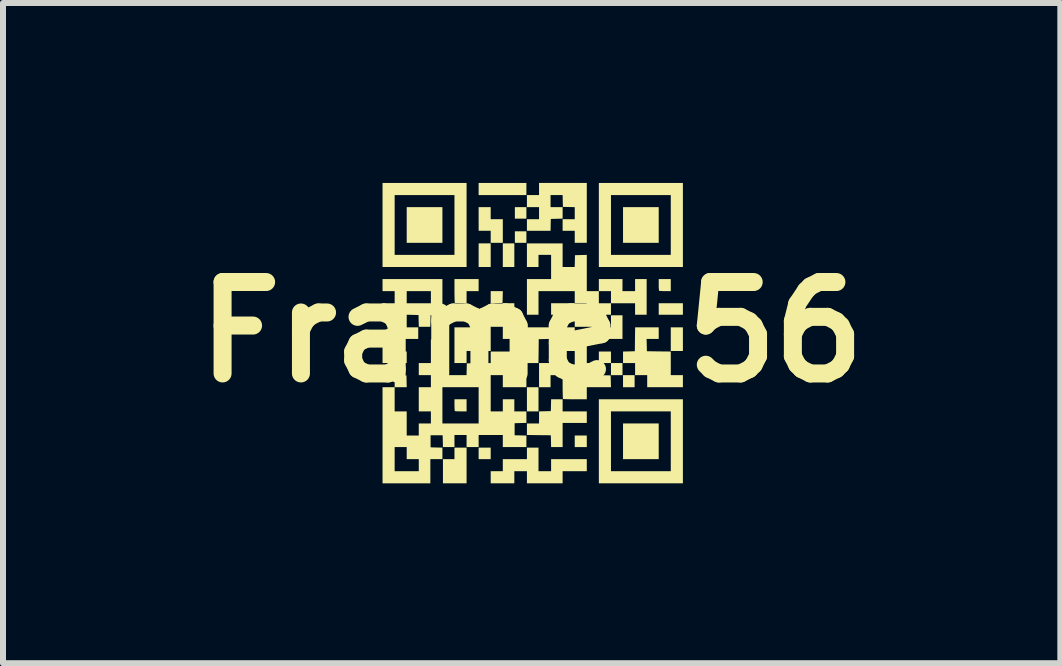
<source format=kicad_pcb>
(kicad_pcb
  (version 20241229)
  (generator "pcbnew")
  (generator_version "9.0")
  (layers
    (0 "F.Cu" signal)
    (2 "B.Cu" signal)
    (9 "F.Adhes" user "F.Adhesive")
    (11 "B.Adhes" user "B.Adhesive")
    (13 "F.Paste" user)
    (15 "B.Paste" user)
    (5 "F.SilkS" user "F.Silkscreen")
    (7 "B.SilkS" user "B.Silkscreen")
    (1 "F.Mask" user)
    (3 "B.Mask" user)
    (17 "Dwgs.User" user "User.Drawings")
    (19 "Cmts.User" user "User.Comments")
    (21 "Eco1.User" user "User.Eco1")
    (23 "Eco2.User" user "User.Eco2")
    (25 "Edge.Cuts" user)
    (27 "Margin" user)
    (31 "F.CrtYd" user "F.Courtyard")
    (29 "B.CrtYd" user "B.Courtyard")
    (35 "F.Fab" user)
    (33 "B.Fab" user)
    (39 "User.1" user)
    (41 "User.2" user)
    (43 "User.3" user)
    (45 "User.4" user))
  (footprint "Frame 56"
    (layer "F.Cu")
    (at 5.813 2.486)
    (property "Reference" "Frame 56" (at 0 0 0) (layer "F.SilkS") (effects (font (size 1.524 1.524) (thickness 0.3))))
    (attr board_only exclude_from_pos_files exclude_from_bom)
    (fp_poly (pts (xy -1.488 -1.488) (xy -2.083 -1.488) (xy -2.083 -2.083) (xy -1.488 -2.083)) (stroke (width 0) (type solid)) (fill yes) (layer "F.SilkS"))
    (fp_poly (pts (xy -0.683 -1.085) (xy -0.884 -1.085) (xy -0.884 -1.479) (xy -0.683 -1.479)) (stroke (width 0) (type solid)) (fill yes) (layer "F.SilkS"))
    (fp_poly (pts (xy -0.683 2.118) (xy -0.884 2.118) (xy -0.884 1.926) (xy -0.683 1.926)) (stroke (width 0) (type solid)) (fill yes) (layer "F.SilkS"))
    (fp_poly (pts (xy -0.289 -1.085) (xy -0.481 -1.085) (xy -0.481 -1.479) (xy -0.289 -1.479)) (stroke (width 0) (type solid)) (fill yes) (layer "F.SilkS"))
    (fp_poly (pts (xy -0.088 -2.284) (xy -0.884 -2.284) (xy -0.884 -2.486) (xy -0.088 -2.486)) (stroke (width 0) (type solid)) (fill yes) (layer "F.SilkS"))
    (fp_poly (pts (xy -0.088 -1.891) (xy -0.28 -1.891) (xy -0.28 -2.083) (xy -0.088 -2.083)) (stroke (width 0) (type solid)) (fill yes) (layer "F.SilkS"))
    (fp_poly (pts (xy -0.088 -1.488) (xy -0.28 -1.488) (xy -0.28 -1.68) (xy -0.088 -1.68)) (stroke (width 0) (type solid)) (fill yes) (layer "F.SilkS"))
    (fp_poly (pts (xy 0.114 1.322) (xy -0.079 1.322) (xy -0.079 0.919) (xy 0.114 0.919)) (stroke (width 0) (type solid)) (fill yes) (layer "F.SilkS"))
    (fp_poly (pts (xy 0.718 -0.289) (xy 0.324 -0.289) (xy 0.324 -0.481) (xy 0.718 -0.481)) (stroke (width 0) (type solid)) (fill yes) (layer "F.SilkS"))
    (fp_poly (pts (xy 0.919 1.917) (xy 0.718 1.917) (xy 0.718 1.724) (xy 0.919 1.724)) (stroke (width 0) (type solid)) (fill yes) (layer "F.SilkS"))
    (fp_poly (pts (xy 1.322 0.516) (xy 1.12 0.516) (xy 1.12 0.324) (xy 1.322 0.324)) (stroke (width 0) (type solid)) (fill yes) (layer "F.SilkS"))
    (fp_poly (pts (xy 1.514 0.718) (xy 1.322 0.718) (xy 1.322 0.516) (xy 1.514 0.516)) (stroke (width 0) (type solid)) (fill yes) (layer "F.SilkS"))
    (fp_poly (pts (xy 1.716 0.919) (xy 1.523 0.919) (xy 1.523 0.718) (xy 1.716 0.718)) (stroke (width 0) (type solid)) (fill yes) (layer "F.SilkS"))
    (fp_poly (pts (xy 2.118 -1.488) (xy 1.523 -1.488) (xy 1.523 -2.083) (xy 2.118 -2.083)) (stroke (width 0) (type solid)) (fill yes) (layer "F.SilkS"))
    (fp_poly (pts (xy 2.118 2.118) (xy 1.523 2.118) (xy 1.523 1.523) (xy 2.118 1.523)) (stroke (width 0) (type solid)) (fill yes) (layer "F.SilkS"))
    (fp_poly (pts (xy 2.521 -0.289) (xy 2.118 -0.289) (xy 2.118 -0.481) (xy 2.521 -0.481)) (stroke (width 0) (type solid)) (fill yes) (layer "F.SilkS"))
    (fp_poly (pts (xy 2.521 0.315) (xy 2.319 0.315) (xy 2.319 -0.079) (xy 2.521 -0.079)) (stroke (width 0) (type solid)) (fill yes) (layer "F.SilkS"))
    (fp_poly (pts (xy -2.284 0.324) (xy -2.083 0.324) (xy -2.083 0.516) (xy -2.486 0.516) (xy -2.486 0.123) (xy -2.284 0.123)) (stroke (width 0) (type solid)) (fill yes) (layer "F.SilkS"))
    (fp_poly (pts (xy -2.186 0.72) (xy -2.087 0.722) (xy -2.085 0.821) (xy -2.083 0.919) (xy -2.284 0.919) (xy -2.284 0.717)) (stroke (width 0) (type solid)) (fill yes) (layer "F.SilkS"))
    (fp_poly (pts (xy -1.085 2.521) (xy -1.479 2.521) (xy -1.479 2.118) (xy -1.287 2.118) (xy -1.287 1.926) (xy -1.085 1.926)) (stroke (width 0) (type solid)) (fill yes) (layer "F.SilkS"))
    (fp_poly (pts (xy -0.483 -0.584) (xy -0.486 -0.486) (xy -0.584 -0.483) (xy -0.683 -0.481) (xy -0.683 -0.683) (xy -0.481 -0.683)) (stroke (width 0) (type solid)) (fill yes) (layer "F.SilkS"))
    (fp_poly (pts (xy 1.514 0.114) (xy 1.12 0.114) (xy 1.12 -0.079) (xy 1.322 -0.079) (xy 1.322 -0.28) (xy 1.514 -0.28)) (stroke (width 0) (type solid)) (fill yes) (layer "F.SilkS"))
    (fp_poly (pts (xy -0.683 -1.882) (xy -0.481 -1.882) (xy -0.481 -1.488) (xy -0.683 -1.488) (xy -0.683 -1.689) (xy -0.884 -1.689) (xy -0.884 -2.083) (xy -0.683 -2.083)) (stroke (width 0) (type solid)) (fill yes) (layer "F.SilkS"))
    (fp_poly (pts (xy 0.315 0.113) (xy 0.217 0.116) (xy 0.118 0.118) (xy 0.116 0.317) (xy 0.113 0.516) (xy -0.079 0.516) (xy -0.079 -0.079) (xy 0.315 -0.079)) (stroke (width 0) (type solid)) (fill yes) (layer "F.SilkS"))
    (fp_poly (pts (xy 0.516 0.718) (xy 0.315 0.718) (xy 0.315 0.919) (xy 0.123 0.919) (xy 0.123 0.516) (xy 0.324 0.516) (xy 0.324 0.324) (xy 0.516 0.324)) (stroke (width 0) (type solid)) (fill yes) (layer "F.SilkS"))
    (fp_poly (pts (xy -1.085 -1.085) (xy -2.486 -1.085) (xy -2.486 -1.287) (xy -2.284 -1.287) (xy -1.287 -1.287) (xy -1.287 -2.284) (xy -2.284 -2.284) (xy -2.284 -1.287) (xy -2.486 -1.287) (xy -2.486 -2.486) (xy -1.085 -2.486)) (stroke (width 0) (type solid)) (fill yes) (layer "F.SilkS"))
    (fp_poly (pts (xy 2.521 -1.085) (xy 1.12 -1.085) (xy 1.12 -1.287) (xy 1.322 -1.287) (xy 2.319 -1.287) (xy 2.319 -2.284) (xy 1.322 -2.284) (xy 1.322 -1.287) (xy 1.12 -1.287) (xy 1.12 -2.486) (xy 2.521 -2.486)) (stroke (width 0) (type solid)) (fill yes) (layer "F.SilkS"))
    (fp_poly (pts (xy 2.521 2.521) (xy 1.12 2.521) (xy 1.12 2.319) (xy 1.322 2.319) (xy 2.319 2.319) (xy 2.319 1.322) (xy 1.322 1.322) (xy 1.322 2.319) (xy 1.12 2.319) (xy 1.12 1.12) (xy 2.521 1.12)) (stroke (width 0) (type solid)) (fill yes) (layer "F.SilkS"))
    (fp_poly (pts (xy -1.085 1.322) (xy -1.18 1.322) (xy -1.219 1.321) (xy -1.252 1.32) (xy -1.274 1.318) (xy -1.281 1.316) (xy -1.283 1.305) (xy -1.285 1.281) (xy -1.286 1.247) (xy -1.287 1.215) (xy -1.287 1.12) (xy -1.085 1.12)) (stroke (width 0) (type solid)) (fill yes) (layer "F.SilkS"))
    (fp_poly (pts (xy 2.319 -0.683) (xy 2.225 -0.683) (xy 2.185 -0.683) (xy 2.153 -0.685) (xy 2.131 -0.687) (xy 2.124 -0.689) (xy 2.122 -0.699) (xy 2.12 -0.723) (xy 2.118 -0.758) (xy 2.118 -0.789) (xy 2.118 -0.884) (xy 2.319 -0.884)) (stroke (width 0) (type solid)) (fill yes) (layer "F.SilkS"))
    (fp_poly (pts (xy -0.289 0.114) (xy -0.481 0.114) (xy -0.481 -0.088) (xy -0.683 -0.088) (xy -0.683 0.315) (xy -1.085 0.315) (xy -1.085 0.516) (xy -1.287 0.516) (xy -1.287 -0.079) (xy -0.884 -0.079) (xy -0.884 -0.28) (xy -0.481 -0.28) (xy -0.481 -0.481) (xy -0.289 -0.481)) (stroke (width 0) (type solid)) (fill yes) (layer "F.SilkS"))
    (fp_poly (pts (xy -0.884 -0.683) (xy -1.085 -0.683) (xy -1.085 -0.481) (xy -1.18 -0.481) (xy -1.219 -0.482) (xy -1.252 -0.483) (xy -1.274 -0.485) (xy -1.281 -0.487) (xy -1.282 -0.497) (xy -1.284 -0.522) (xy -1.285 -0.56) (xy -1.286 -0.607) (xy -1.287 -0.661) (xy -1.287 -0.689) (xy -1.287 -0.884) (xy -0.884 -0.884)) (stroke (width 0) (type solid)) (fill yes) (layer "F.SilkS"))
    (fp_poly (pts (xy 0.516 1.322) (xy 0.919 1.322) (xy 0.919 1.514) (xy 0.516 1.514) (xy 0.516 1.917) (xy 0.324 1.917) (xy 0.322 1.818) (xy 0.319 1.72) (xy 0.12 1.718) (xy -0.079 1.715) (xy -0.079 1.523) (xy 0.123 1.523) (xy 0.123 1.322) (xy 0.319 1.317) (xy 0.322 1.219) (xy 0.324 1.12) (xy 0.516 1.12)) (stroke (width 0) (type solid)) (fill yes) (layer "F.SilkS"))
    (fp_poly (pts (xy 0.114 2.319) (xy 0.324 2.319) (xy 0.324 2.118) (xy 0.919 2.118) (xy 0.919 2.319) (xy 0.516 2.319) (xy 0.516 2.521) (xy -0.079 2.521) (xy -0.079 2.319) (xy -0.289 2.319) (xy -0.289 2.521) (xy -0.683 2.521) (xy -0.683 2.319) (xy -0.481 2.319) (xy -0.481 2.118) (xy -0.079 2.118) (xy -0.079 1.926) (xy 0.114 1.926)) (stroke (width 0) (type solid)) (fill yes) (layer "F.SilkS"))
    (fp_poly (pts (xy 2.118 0.114) (xy 1.916 0.114) (xy 1.921 0.319) (xy 2.12 0.322) (xy 2.319 0.324) (xy 2.319 0.718) (xy 2.521 0.718) (xy 2.521 0.919) (xy 1.926 0.919) (xy 1.926 0.718) (xy 1.724 0.718) (xy 1.724 0.516) (xy 1.523 0.516) (xy 1.523 0.324) (xy 1.621 0.322) (xy 1.72 0.319) (xy 1.722 0.12) (xy 1.725 -0.079) (xy 2.118 -0.079)) (stroke (width 0) (type solid)) (fill yes) (layer "F.SilkS"))
    (fp_poly (pts (xy -1.488 -0.289) (xy -1.586 -0.287) (xy -1.685 -0.284) (xy -1.687 -0.186) (xy -1.69 -0.088) (xy -1.881 -0.088) (xy -1.884 -0.186) (xy -1.886 -0.284) (xy -1.985 -0.287) (xy -2.083 -0.289) (xy -2.083 -0.079) (xy -1.891 -0.079) (xy -1.891 0.114) (xy -2.284 0.114) (xy -2.284 -0.289) (xy -2.486 -0.289) (xy -2.486 -0.481) (xy -2.284 -0.481) (xy -2.083 -0.481) (xy -1.68 -0.481) (xy -1.68 -0.683) (xy -2.083 -0.683) (xy -2.083 -0.481) (xy -2.284 -0.481) (xy -2.284 -0.683) (xy -2.486 -0.683) (xy -2.486 -0.884) (xy -1.488 -0.884)) (stroke (width 0) (type solid)) (fill yes) (layer "F.SilkS"))
    (fp_poly (pts (xy 0.919 -1.488) (xy 0.718 -1.488) (xy 0.718 -1.689) (xy 0.516 -1.689) (xy 0.516 -1.882) (xy 0.718 -1.882) (xy 0.718 -2.083) (xy 0.619 -2.085) (xy 0.521 -2.087) (xy 0.518 -2.186) (xy 0.516 -2.284) (xy 0.315 -2.284) (xy 0.315 -2.083) (xy 0.516 -2.083) (xy 0.516 -1.891) (xy 0.418 -1.889) (xy 0.319 -1.886) (xy 0.317 -1.788) (xy 0.315 -1.689) (xy -0.079 -1.689) (xy -0.079 -1.882) (xy 0.123 -1.882) (xy 0.123 -2.083) (xy -0.079 -2.083) (xy -0.079 -2.284) (xy 0.123 -2.284) (xy 0.123 -2.486) (xy 0.919 -2.486)) (stroke (width 0) (type solid)) (fill yes) (layer "F.SilkS"))
    (fp_poly (pts (xy 0.718 0.123) (xy 0.919 0.123) (xy 0.919 0.516) (xy 1.12 0.516) (xy 1.12 0.717) (xy 1.219 0.72) (xy 1.317 0.722) (xy 1.322 0.919) (xy 0.919 0.919) (xy 0.919 1.12) (xy 0.724 1.12) (xy 0.667 1.12) (xy 0.616 1.119) (xy 0.574 1.118) (xy 0.542 1.117) (xy 0.525 1.115) (xy 0.522 1.114) (xy 0.521 1.104) (xy 0.519 1.079) (xy 0.518 1.042) (xy 0.517 0.995) (xy 0.516 0.941) (xy 0.516 0.913) (xy 0.516 0.718) (xy 0.718 0.718) (xy 0.718 0.315) (xy 0.516 0.315) (xy 0.516 -0.079) (xy 0.718 -0.079)) (stroke (width 0) (type solid)) (fill yes) (layer "F.SilkS"))
    (fp_poly (pts (xy 0.718 -0.683) (xy 0.114 -0.683) (xy 0.114 -0.289) (xy -0.079 -0.289) (xy -0.079 -0.884) (xy 0.324 -0.884) (xy 0.324 -1.287) (xy 0.114 -1.287) (xy 0.114 -1.085) (xy -0.079 -1.085) (xy -0.079 -1.479) (xy 0.516 -1.479) (xy 0.516 -1.085) (xy 0.717 -1.085) (xy 0.72 -1.184) (xy 0.722 -1.282) (xy 0.919 -1.287) (xy 0.919 -0.683) (xy 1.12 -0.683) (xy 1.12 -0.884) (xy 1.514 -0.884) (xy 1.514 -0.683) (xy 1.724 -0.683) (xy 1.724 -0.884) (xy 1.917 -0.884) (xy 1.917 -0.289) (xy 1.724 -0.289) (xy 1.724 -0.481) (xy 1.322 -0.481) (xy 1.322 -0.289) (xy 1.12 -0.289) (xy 1.12 -0.088) (xy 0.718 -0.088) (xy 0.718 -0.28) (xy 0.919 -0.28) (xy 0.919 -0.481) (xy 1.12 -0.481) (xy 1.322 -0.481) (xy 1.322 -0.683) (xy 1.12 -0.683) (xy 1.12 -0.481) (xy 0.919 -0.481) (xy 0.718 -0.481)) (stroke (width 0) (type solid)) (fill yes) (layer "F.SilkS"))
    (fp_poly (pts (xy -1.488 0.718) (xy -1.086 0.718) (xy -1.083 0.619) (xy -1.081 0.521) (xy -0.882 0.518) (xy -0.683 0.516) (xy -0.683 0.324) (xy -0.289 0.324) (xy -0.289 0.718) (xy -0.088 0.718) (xy -0.088 0.919) (xy -0.481 0.919) (xy -0.481 0.718) (xy -0.683 0.718) (xy -0.683 1.322) (xy -0.481 1.322) (xy -0.481 1.12) (xy -0.289 1.12) (xy -0.289 1.322) (xy -0.088 1.322) (xy -0.088 1.514) (xy -0.186 1.516) (xy -0.284 1.519) (xy -0.284 1.72) (xy -0.186 1.722) (xy -0.088 1.725) (xy -0.088 1.917) (xy -0.481 1.917) (xy -0.481 1.716) (xy -0.884 1.716) (xy -0.884 1.917) (xy -1.085 1.917) (xy -1.085 1.716) (xy -1.287 1.716) (xy -1.287 1.917) (xy -1.479 1.917) (xy -1.481 1.818) (xy -1.484 1.72) (xy -1.685 1.72) (xy -1.685 1.921) (xy -1.586 1.924) (xy -1.488 1.926) (xy -1.488 2.118) (xy -1.689 2.118) (xy -1.689 2.521) (xy -2.486 2.521) (xy -2.486 2.319) (xy -2.284 2.319) (xy -1.882 2.319) (xy -1.882 2.118) (xy -2.083 2.118) (xy -2.083 1.917) (xy -2.284 1.917) (xy -2.284 2.319) (xy -2.486 2.319) (xy -2.486 0.919) (xy -2.284 0.919) (xy -2.284 1.322) (xy -2.083 1.322) (xy -2.083 1.724) (xy -1.882 1.724) (xy -1.882 1.523) (xy -1.68 1.523) (xy -1.488 1.523) (xy -0.884 1.523) (xy -0.884 0.919) (xy -1.488 0.919) (xy -1.488 1.523) (xy -1.68 1.523) (xy -1.68 1.322) (xy -1.882 1.322) (xy -1.882 0.919) (xy -1.68 0.919) (xy -1.68 0.718) (xy -1.882 0.718) (xy -1.882 0.516) (xy -1.68 0.516) (xy -1.68 0.123) (xy -1.488 0.123)) (stroke (width 0) (type solid)) (fill yes) (layer "F.SilkS")))
  (gr_rect
    (start -3 -3)
    (end 14.626 8.006)
    (stroke (width 0.1) (type default))
    (fill no)
    (layer "Edge.Cuts")))
</source>
